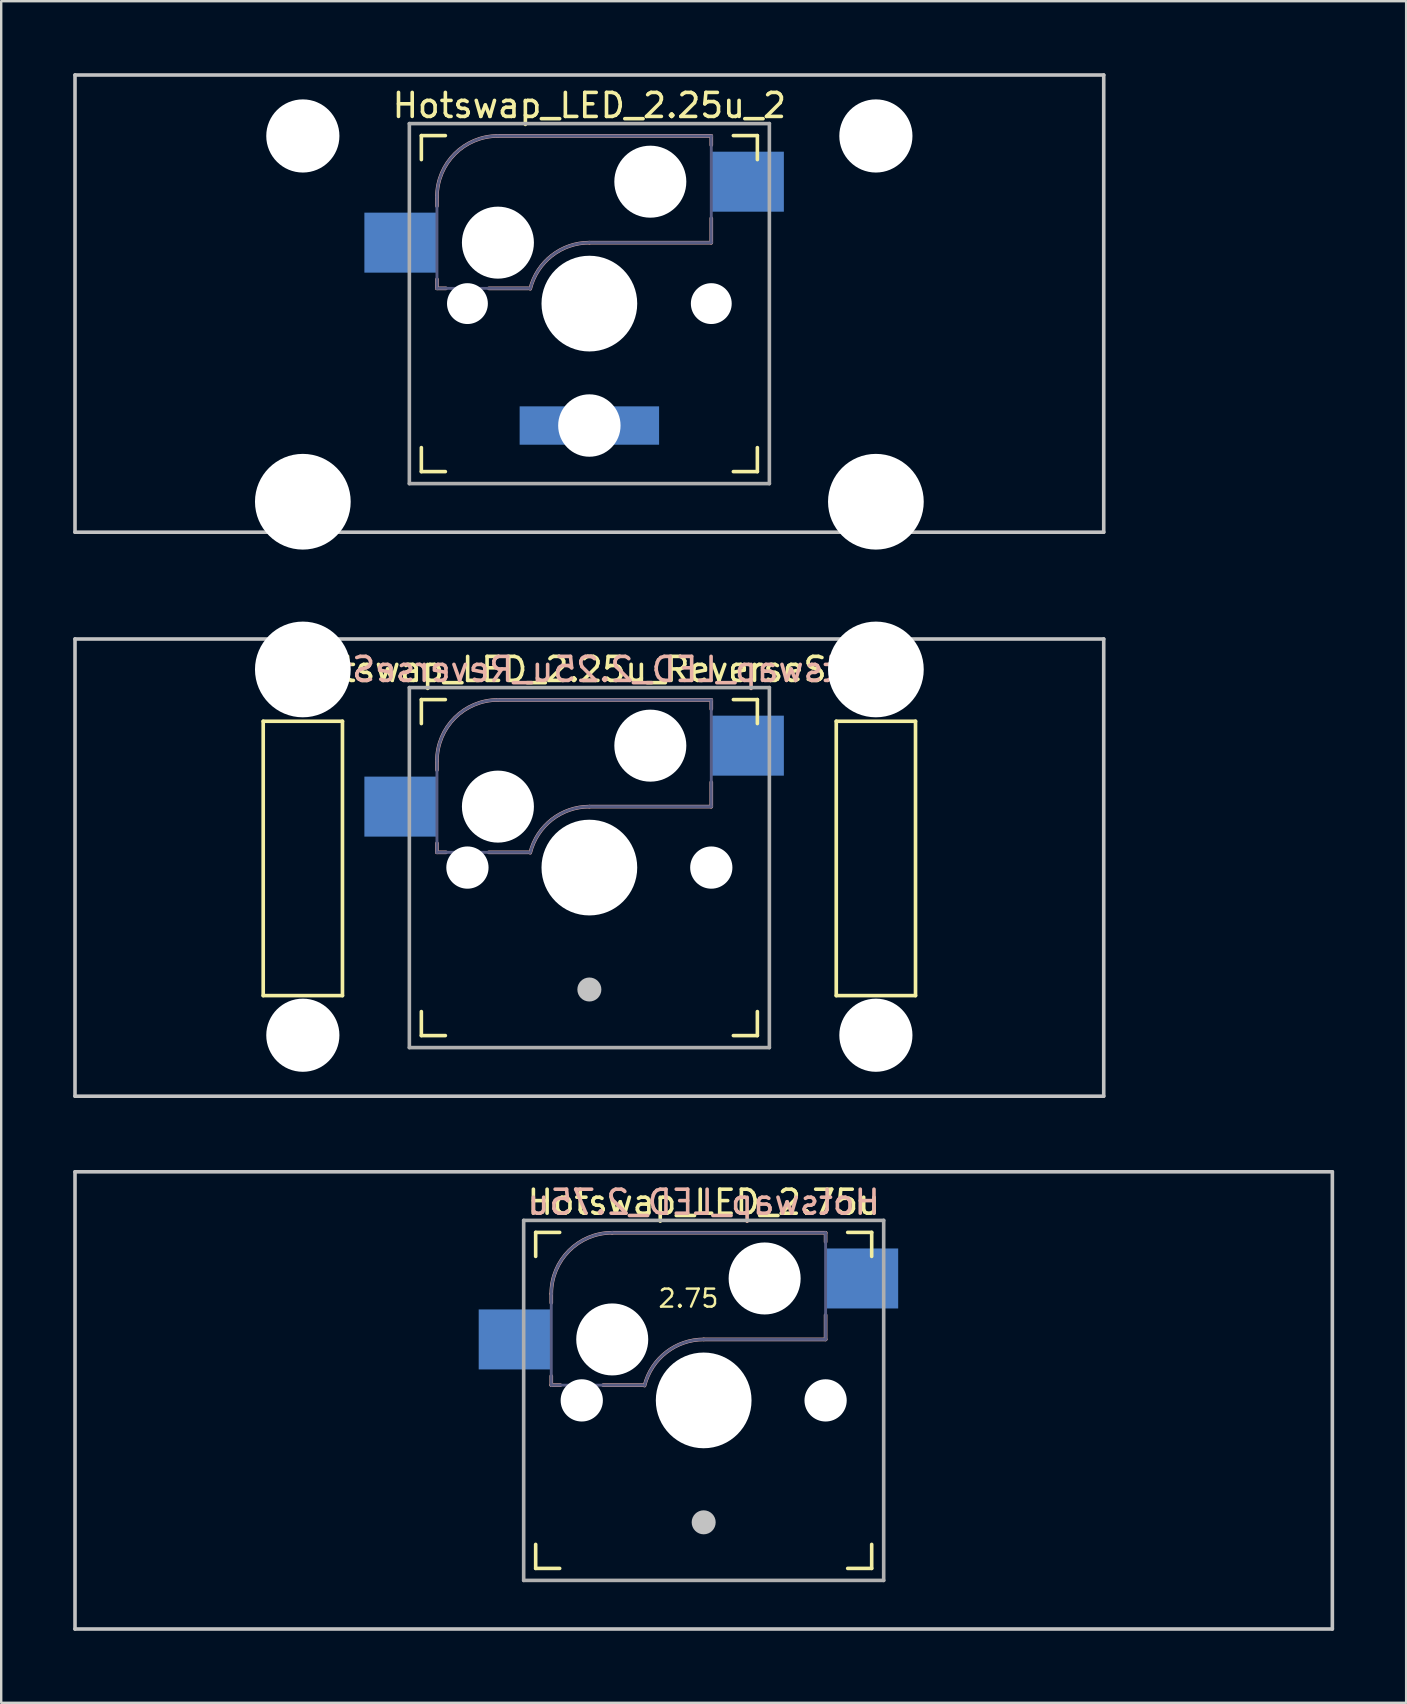
<source format=kicad_pcb>
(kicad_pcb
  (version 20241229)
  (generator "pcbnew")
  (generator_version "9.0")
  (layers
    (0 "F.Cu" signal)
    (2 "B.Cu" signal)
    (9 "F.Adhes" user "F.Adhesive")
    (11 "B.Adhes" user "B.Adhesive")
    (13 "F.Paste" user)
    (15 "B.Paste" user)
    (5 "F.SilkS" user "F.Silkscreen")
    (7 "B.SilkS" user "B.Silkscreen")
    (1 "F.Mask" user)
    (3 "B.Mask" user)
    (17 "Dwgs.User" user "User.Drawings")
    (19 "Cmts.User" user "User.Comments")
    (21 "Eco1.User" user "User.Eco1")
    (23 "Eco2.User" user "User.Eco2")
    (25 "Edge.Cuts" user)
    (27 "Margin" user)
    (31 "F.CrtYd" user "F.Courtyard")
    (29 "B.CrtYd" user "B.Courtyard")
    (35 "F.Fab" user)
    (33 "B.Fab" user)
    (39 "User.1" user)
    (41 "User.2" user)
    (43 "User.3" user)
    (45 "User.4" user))
  (footprint "Hotswap_LED_2.25u_ReverseStab"
    (layer "F.Cu")
    (at 21.506 33.098)
    (property "Reference" "Hotswap_LED_2.25u_ReverseStab" (at 0 -8.255 0) (layer "F.SilkS") (effects (font (size 1 1) (thickness 0.15))))
    (attr through_hole)
    (fp_line (start -13.589 -6.096) (end -13.589 5.334) (stroke (width 0.152) (type solid)) (layer "F.SilkS"))
    (fp_line (start -13.589 5.334) (end -10.287 5.334) (stroke (width 0.152) (type solid)) (layer "F.SilkS"))
    (fp_line (start -10.287 -6.096) (end -13.589 -6.096) (stroke (width 0.152) (type solid)) (layer "F.SilkS"))
    (fp_line (start -10.287 5.334) (end -10.287 -6.096) (stroke (width 0.152) (type solid)) (layer "F.SilkS"))
    (fp_line (start -7 -6) (end -7 -7) (stroke (width 0.15) (type solid)) (layer "F.SilkS"))
    (fp_line (start -7 7) (end -7 6) (stroke (width 0.15) (type solid)) (layer "F.SilkS"))
    (fp_line (start -7 7) (end -6 7) (stroke (width 0.15) (type solid)) (layer "F.SilkS"))
    (fp_line (start -6 -7) (end -7 -7) (stroke (width 0.15) (type solid)) (layer "F.SilkS"))
    (fp_line (start 6 7) (end 7 7) (stroke (width 0.15) (type solid)) (layer "F.SilkS"))
    (fp_line (start 7 -7) (end 6 -7) (stroke (width 0.15) (type solid)) (layer "F.SilkS"))
    (fp_line (start 7 -7) (end 7 -6) (stroke (width 0.15) (type solid)) (layer "F.SilkS"))
    (fp_line (start 7 6) (end 7 7) (stroke (width 0.15) (type solid)) (layer "F.SilkS"))
    (fp_line (start 10.287 -6.096) (end 10.287 5.334) (stroke (width 0.152) (type solid)) (layer "F.SilkS"))
    (fp_line (start 10.287 5.334) (end 13.589 5.334) (stroke (width 0.152) (type solid)) (layer "F.SilkS"))
    (fp_line (start 13.589 -6.096) (end 10.287 -6.096) (stroke (width 0.152) (type solid)) (layer "F.SilkS"))
    (fp_line (start 13.589 5.334) (end 13.589 -6.096) (stroke (width 0.152) (type solid)) (layer "F.SilkS"))
    (fp_line (start -6.35 -4.445) (end -6.35 -4.064) (stroke (width 0.15) (type solid)) (layer "B.SilkS"))
    (fp_line (start -6.35 -1.016) (end -6.35 -0.635) (stroke (width 0.15) (type solid)) (layer "B.SilkS"))
    (fp_line (start -6.35 -0.635) (end -5.969 -0.635) (stroke (width 0.15) (type solid)) (layer "B.SilkS"))
    (fp_line (start -4.191 -0.635) (end -2.54 -0.635) (stroke (width 0.15) (type solid)) (layer "B.SilkS"))
    (fp_line (start 0 -2.54) (end 5.08 -2.54) (stroke (width 0.15) (type solid)) (layer "B.SilkS"))
    (fp_line (start 5.08 -6.985) (end -3.81 -6.985) (stroke (width 0.15) (type solid)) (layer "B.SilkS"))
    (fp_line (start 5.08 -6.604) (end 5.08 -6.985) (stroke (width 0.15) (type solid)) (layer "B.SilkS"))
    (fp_line (start 5.08 -2.54) (end 5.08 -3.556) (stroke (width 0.15) (type solid)) (layer "B.SilkS"))
    (fp_arc (start -6.35 -4.445) (mid -5.606051 -6.241051) (end -3.81 -6.985) (stroke (width 0.15) (type solid)) (layer "B.SilkS"))
    (fp_arc (start -2.464162 -0.61604) (mid -1.563147 -2.002042) (end 0 -2.54) (stroke (width 0.15) (type solid)) (layer "B.SilkS"))
    (fp_line (start -21.431 -9.525) (end 21.431 -9.525) (stroke (width 0.15) (type solid)) (layer "Dwgs.User"))
    (fp_line (start -21.431 9.525) (end -21.431 -9.525) (stroke (width 0.15) (type solid)) (layer "Dwgs.User"))
    (fp_line (start 21.431 -9.525) (end 21.431 9.525) (stroke (width 0.15) (type solid)) (layer "Dwgs.User"))
    (fp_line (start 21.431 9.525) (end -21.431 9.525) (stroke (width 0.15) (type solid)) (layer "Dwgs.User"))
    (fp_line (start -6.9 6.9) (end -6.9 -6.9) (stroke (width 0.15) (type solid)) (layer "Eco2.User"))
    (fp_line (start -6.9 6.9) (end 6.9 6.9) (stroke (width 0.15) (type solid)) (layer "Eco2.User"))
    (fp_line (start 6.9 -6.9) (end -6.9 -6.9) (stroke (width 0.15) (type solid)) (layer "Eco2.User"))
    (fp_line (start 6.9 -6.9) (end 6.9 6.9) (stroke (width 0.15) (type solid)) (layer "Eco2.User"))
    (fp_line (start -6.35 -4.445) (end -6.35 -0.635) (stroke (width 0.12) (type solid)) (layer "B.Fab"))
    (fp_line (start -6.35 -0.635) (end -2.54 -0.635) (stroke (width 0.12) (type solid)) (layer "B.Fab"))
    (fp_line (start 0 -2.54) (end 5.08 -2.54) (stroke (width 0.12) (type solid)) (layer "B.Fab"))
    (fp_line (start 5.08 -6.985) (end -3.81 -6.985) (stroke (width 0.12) (type solid)) (layer "B.Fab"))
    (fp_line (start 5.08 -2.54) (end 5.08 -6.985) (stroke (width 0.12) (type solid)) (layer "B.Fab"))
    (fp_arc (start -6.35 -4.445) (mid -5.606051 -6.241051) (end -3.81 -6.985) (stroke (width 0.12) (type solid)) (layer "B.Fab"))
    (fp_arc (start -2.464162 -0.61604) (mid -1.563147 -2.002042) (end 0 -2.54) (stroke (width 0.12) (type solid)) (layer "B.Fab"))
    (fp_line (start -7.5 -7.5) (end 7.5 -7.5) (stroke (width 0.15) (type solid)) (layer "F.Fab"))
    (fp_line (start -7.5 7.5) (end -7.5 -7.5) (stroke (width 0.15) (type solid)) (layer "F.Fab"))
    (fp_line (start 7.5 -7.5) (end 7.5 7.5) (stroke (width 0.15) (type solid)) (layer "F.Fab"))
    (fp_line (start 7.5 7.5) (end -7.5 7.5) (stroke (width 0.15) (type solid)) (layer "F.Fab"))
    (fp_text user "${REFERENCE}" (at 0 -8.255 0) (layer "B.SilkS") (effects (font (size 1 1) (thickness 0.15)) (justify mirror)))
    (pad "" np_thru_hole circle (at -11.938 -8.255 180) (size 3.988 3.988) (drill 3.988) (layers "*.Cu" "*.Mask"))
    (pad "" np_thru_hole circle (at -11.938 6.985 180) (size 3.048 3.048) (drill 3.048) (layers "*.Cu" "*.Mask"))
    (pad "" np_thru_hole circle (at -5.08 0 180) (size 1.76 1.76) (drill 1.76) (layers "*.Cu" "*.Mask"))
    (pad "" np_thru_hole circle (at -3.81 -2.54 180) (size 3 3) (drill 3) (layers "*.Cu" "*.Mask"))
    (pad "" np_thru_hole circle (at 0 0 180) (size 3.988 3.988) (drill 3.988) (layers "*.Cu" "*.Mask"))
    (pad "" smd circle (at 0 5.08 180) (size 1 1) (layers "Dwgs.User"))
    (pad "" np_thru_hole circle (at 2.54 -5.08 180) (size 3 3) (drill 3) (layers "*.Cu" "*.Mask"))
    (pad "" np_thru_hole circle (at 5.08 0 180) (size 1.76 1.76) (drill 1.76) (layers "*.Cu" "*.Mask"))
    (pad "" np_thru_hole circle (at 11.938 -8.255 180) (size 3.988 3.988) (drill 3.988) (layers "*.Cu" "*.Mask"))
    (pad "" np_thru_hole circle (at 11.938 6.985 180) (size 3.048 3.048) (drill 3.048) (layers "*.Cu" "*.Mask"))
    (pad "1" smd rect (at -7.874 -2.54 180) (size 3 2.5) (layers "B.Cu" "B.Mask" "B.Paste"))
    (pad "2" smd rect (at 6.604 -5.08 180) (size 3 2.5) (layers "B.Cu" "B.Mask" "B.Paste")))
  (footprint "Hotswap_LED_2.25u_2"
    (layer "F.Cu")
    (at 21.506 9.6)
    (property "Reference" "Hotswap_LED_2.25u_2" (at 0 -8.255 0) (layer "F.SilkS") (effects (font (size 1 1) (thickness 0.15))))
    (attr through_hole)
    (fp_line (start -7 -6) (end -7 -7) (stroke (width 0.15) (type solid)) (layer "F.SilkS"))
    (fp_line (start -7 7) (end -7 6) (stroke (width 0.15) (type solid)) (layer "F.SilkS"))
    (fp_line (start -7 7) (end -6 7) (stroke (width 0.15) (type solid)) (layer "F.SilkS"))
    (fp_line (start -6 -7) (end -7 -7) (stroke (width 0.15) (type solid)) (layer "F.SilkS"))
    (fp_line (start 6 7) (end 7 7) (stroke (width 0.15) (type solid)) (layer "F.SilkS"))
    (fp_line (start 7 -7) (end 6 -7) (stroke (width 0.15) (type solid)) (layer "F.SilkS"))
    (fp_line (start 7 -7) (end 7 -6) (stroke (width 0.15) (type solid)) (layer "F.SilkS"))
    (fp_line (start 7 6) (end 7 7) (stroke (width 0.15) (type solid)) (layer "F.SilkS"))
    (fp_line (start -6.35 -4.445) (end -6.35 -4.064) (stroke (width 0.15) (type solid)) (layer "B.SilkS"))
    (fp_line (start -6.35 -1.016) (end -6.35 -0.635) (stroke (width 0.15) (type solid)) (layer "B.SilkS"))
    (fp_line (start -6.35 -0.635) (end -5.969 -0.635) (stroke (width 0.15) (type solid)) (layer "B.SilkS"))
    (fp_line (start -4.191 -0.635) (end -2.54 -0.635) (stroke (width 0.15) (type solid)) (layer "B.SilkS"))
    (fp_line (start 0 -2.54) (end 5.08 -2.54) (stroke (width 0.15) (type solid)) (layer "B.SilkS"))
    (fp_line (start 5.08 -6.985) (end -3.81 -6.985) (stroke (width 0.15) (type solid)) (layer "B.SilkS"))
    (fp_line (start 5.08 -6.604) (end 5.08 -6.985) (stroke (width 0.15) (type solid)) (layer "B.SilkS"))
    (fp_line (start 5.08 -2.54) (end 5.08 -3.556) (stroke (width 0.15) (type solid)) (layer "B.SilkS"))
    (fp_arc (start -6.35 -4.445) (mid -5.606051 -6.241051) (end -3.81 -6.985) (stroke (width 0.15) (type solid)) (layer "B.SilkS"))
    (fp_arc (start -2.464162 -0.61604) (mid -1.563147 -2.002042) (end 0 -2.54) (stroke (width 0.15) (type solid)) (layer "B.SilkS"))
    (fp_line (start -21.431 -9.525) (end 21.431 -9.525) (stroke (width 0.15) (type solid)) (layer "Dwgs.User"))
    (fp_line (start -21.431 9.525) (end -21.431 -9.525) (stroke (width 0.15) (type solid)) (layer "Dwgs.User"))
    (fp_line (start -21.431 9.525) (end 21.431 9.525) (stroke (width 0.15) (type solid)) (layer "Dwgs.User"))
    (fp_line (start 21.431 -9.525) (end 21.431 9.525) (stroke (width 0.15) (type solid)) (layer "Dwgs.User"))
    (fp_line (start -13.589 -5.334) (end -13.589 6.096) (stroke (width 0.152) (type solid)) (layer "Eco2.User"))
    (fp_line (start -13.589 6.096) (end -10.287 6.096) (stroke (width 0.152) (type solid)) (layer "Eco2.User"))
    (fp_line (start -10.287 -5.334) (end -13.589 -5.334) (stroke (width 0.152) (type solid)) (layer "Eco2.User"))
    (fp_line (start -10.287 6.096) (end -10.287 -5.334) (stroke (width 0.152) (type solid)) (layer "Eco2.User"))
    (fp_line (start -6.9 6.9) (end -6.9 -6.9) (stroke (width 0.15) (type solid)) (layer "Eco2.User"))
    (fp_line (start -6.9 6.9) (end 6.9 6.9) (stroke (width 0.15) (type solid)) (layer "Eco2.User"))
    (fp_line (start 6.9 -6.9) (end -6.9 -6.9) (stroke (width 0.15) (type solid)) (layer "Eco2.User"))
    (fp_line (start 6.9 -6.9) (end 6.9 6.9) (stroke (width 0.15) (type solid)) (layer "Eco2.User"))
    (fp_line (start 10.287 -5.334) (end 10.287 6.096) (stroke (width 0.152) (type solid)) (layer "Eco2.User"))
    (fp_line (start 10.287 6.096) (end 13.589 6.096) (stroke (width 0.152) (type solid)) (layer "Eco2.User"))
    (fp_line (start 13.589 -5.334) (end 10.287 -5.334) (stroke (width 0.152) (type solid)) (layer "Eco2.User"))
    (fp_line (start 13.589 6.096) (end 13.589 -5.334) (stroke (width 0.152) (type solid)) (layer "Eco2.User"))
    (fp_line (start -6.35 -4.445) (end -6.35 -0.635) (stroke (width 0.12) (type solid)) (layer "B.Fab"))
    (fp_line (start -6.35 -0.635) (end -2.54 -0.635) (stroke (width 0.12) (type solid)) (layer "B.Fab"))
    (fp_line (start 0 -2.54) (end 5.08 -2.54) (stroke (width 0.12) (type solid)) (layer "B.Fab"))
    (fp_line (start 5.08 -6.985) (end -3.81 -6.985) (stroke (width 0.12) (type solid)) (layer "B.Fab"))
    (fp_line (start 5.08 -2.54) (end 5.08 -6.985) (stroke (width 0.12) (type solid)) (layer "B.Fab"))
    (fp_arc (start -6.35 -4.445) (mid -5.606051 -6.241051) (end -3.81 -6.985) (stroke (width 0.12) (type solid)) (layer "B.Fab"))
    (fp_arc (start -2.464162 -0.61604) (mid -1.563147 -2.002042) (end 0 -2.54) (stroke (width 0.12) (type solid)) (layer "B.Fab"))
    (fp_line (start -7.5 -7.5) (end 7.5 -7.5) (stroke (width 0.15) (type solid)) (layer "F.Fab"))
    (fp_line (start -7.5 7.5) (end -7.5 -7.5) (stroke (width 0.15) (type solid)) (layer "F.Fab"))
    (fp_line (start 7.5 -7.5) (end 7.5 7.5) (stroke (width 0.15) (type solid)) (layer "F.Fab"))
    (fp_line (start 7.5 7.5) (end -7.5 7.5) (stroke (width 0.15) (type solid)) (layer "F.Fab"))
    (pad "" np_thru_hole circle (at -11.938 -6.985) (size 3.048 3.048) (drill 3.048) (layers "*.Cu" "*.Mask"))
    (pad "" np_thru_hole circle (at -11.938 8.255) (size 3.988 3.988) (drill 3.988) (layers "*.Cu" "*.Mask"))
    (pad "" np_thru_hole circle (at -5.08 0 180) (size 1.702 1.702) (drill 1.702) (layers "*.Cu" "*.Mask"))
    (pad "" np_thru_hole circle (at -3.81 -2.54 180) (size 3 3) (drill 3) (layers "*.Cu" "*.Mask"))
    (pad "" np_thru_hole circle (at 0 0 180) (size 3.988 3.988) (drill 3.988) (layers "*.Cu" "*.Mask"))
    (pad "" np_thru_hole circle (at 0 5.08 180) (size 2.6 2.6) (drill 2.6) (layers "*.Cu" "*.Mask"))
    (pad "" np_thru_hole circle (at 2.54 -5.08 180) (size 3 3) (drill 3) (layers "*.Cu" "*.Mask"))
    (pad "" np_thru_hole circle (at 5.08 0 180) (size 1.702 1.702) (drill 1.702) (layers "*.Cu" "*.Mask"))
    (pad "" np_thru_hole circle (at 11.938 -6.985) (size 3.048 3.048) (drill 3.048) (layers "*.Cu" "*.Mask"))
    (pad "" np_thru_hole circle (at 11.938 8.255) (size 3.988 3.988) (drill 3.988) (layers "*.Cu" "*.Mask"))
    (pad "1" smd rect (at -7.874 -2.54 180) (size 3 2.5) (layers "B.Cu" "B.Mask"))
    (pad "2" smd rect (at 6.604 -5.08 180) (size 3 2.5) (layers "B.Cu" "B.Mask"))
    (pad "A" smd rect (at -1.905 5.08 180) (size 2 1.598) (layers "B.Cu" "B.Mask"))
    (pad "K" smd rect (at 1.905 5.08 180) (size 2 1.598) (layers "B.Cu" "B.Mask")))
  (footprint "Hotswap_LED_2.75u"
    (layer "F.Cu")
    (at 26.269 55.298)
    (property "Reference" "Hotswap_LED_2.75u" (at 0 -8.255 0) (layer "F.SilkS") (effects (font (size 1 1) (thickness 0.15))))
    (attr through_hole)
    (fp_line (start -7 -6) (end -7 -7) (stroke (width 0.15) (type solid)) (layer "F.SilkS"))
    (fp_line (start -7 7) (end -7 6) (stroke (width 0.15) (type solid)) (layer "F.SilkS"))
    (fp_line (start -7 7) (end -6 7) (stroke (width 0.15) (type solid)) (layer "F.SilkS"))
    (fp_line (start -6 -7) (end -7 -7) (stroke (width 0.15) (type solid)) (layer "F.SilkS"))
    (fp_line (start 6 7) (end 7 7) (stroke (width 0.15) (type solid)) (layer "F.SilkS"))
    (fp_line (start 7 -7) (end 6 -7) (stroke (width 0.15) (type solid)) (layer "F.SilkS"))
    (fp_line (start 7 -7) (end 7 -6) (stroke (width 0.15) (type solid)) (layer "F.SilkS"))
    (fp_line (start 7 6) (end 7 7) (stroke (width 0.15) (type solid)) (layer "F.SilkS"))
    (fp_line (start -6.35 -4.445) (end -6.35 -4.064) (stroke (width 0.15) (type solid)) (layer "B.SilkS"))
    (fp_line (start -6.35 -1.016) (end -6.35 -0.635) (stroke (width 0.15) (type solid)) (layer "B.SilkS"))
    (fp_line (start -6.35 -0.635) (end -5.969 -0.635) (stroke (width 0.15) (type solid)) (layer "B.SilkS"))
    (fp_line (start -4.191 -0.635) (end -2.54 -0.635) (stroke (width 0.15) (type solid)) (layer "B.SilkS"))
    (fp_line (start 0 -2.54) (end 5.08 -2.54) (stroke (width 0.15) (type solid)) (layer "B.SilkS"))
    (fp_line (start 5.08 -6.985) (end -3.81 -6.985) (stroke (width 0.15) (type solid)) (layer "B.SilkS"))
    (fp_line (start 5.08 -6.604) (end 5.08 -6.985) (stroke (width 0.15) (type solid)) (layer "B.SilkS"))
    (fp_line (start 5.08 -2.54) (end 5.08 -3.556) (stroke (width 0.15) (type solid)) (layer "B.SilkS"))
    (fp_arc (start -6.35 -4.445) (mid -5.606051 -6.241051) (end -3.81 -6.985) (stroke (width 0.15) (type solid)) (layer "B.SilkS"))
    (fp_arc (start -2.464162 -0.61604) (mid -1.563147 -2.002042) (end 0 -2.54) (stroke (width 0.15) (type solid)) (layer "B.SilkS"))
    (fp_line (start -26.194 -9.525) (end 26.194 -9.525) (stroke (width 0.15) (type solid)) (layer "Dwgs.User"))
    (fp_line (start -26.194 9.525) (end -26.194 -9.525) (stroke (width 0.15) (type solid)) (layer "Dwgs.User"))
    (fp_line (start -26.194 9.525) (end 26.194 9.525) (stroke (width 0.15) (type solid)) (layer "Dwgs.User"))
    (fp_line (start 26.194 -9.525) (end 26.194 9.525) (stroke (width 0.15) (type solid)) (layer "Dwgs.User"))
    (fp_line (start -6.9 6.9) (end -6.9 -6.9) (stroke (width 0.15) (type solid)) (layer "Eco2.User"))
    (fp_line (start -6.9 6.9) (end 6.9 6.9) (stroke (width 0.15) (type solid)) (layer "Eco2.User"))
    (fp_line (start 6.9 -6.9) (end -6.9 -6.9) (stroke (width 0.15) (type solid)) (layer "Eco2.User"))
    (fp_line (start 6.9 -6.9) (end 6.9 6.9) (stroke (width 0.15) (type solid)) (layer "Eco2.User"))
    (fp_line (start -6.35 -4.445) (end -6.35 -0.635) (stroke (width 0.12) (type solid)) (layer "B.Fab"))
    (fp_line (start -6.35 -0.635) (end -2.54 -0.635) (stroke (width 0.12) (type solid)) (layer "B.Fab"))
    (fp_line (start 0 -2.54) (end 5.08 -2.54) (stroke (width 0.12) (type solid)) (layer "B.Fab"))
    (fp_line (start 5.08 -6.985) (end -3.81 -6.985) (stroke (width 0.12) (type solid)) (layer "B.Fab"))
    (fp_line (start 5.08 -2.54) (end 5.08 -6.985) (stroke (width 0.12) (type solid)) (layer "B.Fab"))
    (fp_arc (start -6.35 -4.445) (mid -5.606051 -6.241051) (end -3.81 -6.985) (stroke (width 0.12) (type solid)) (layer "B.Fab"))
    (fp_arc (start -2.464162 -0.61604) (mid -1.563147 -2.002042) (end 0 -2.54) (stroke (width 0.12) (type solid)) (layer "B.Fab"))
    (fp_line (start -7.5 -7.5) (end 7.5 -7.5) (stroke (width 0.15) (type solid)) (layer "F.Fab"))
    (fp_line (start -7.5 7.5) (end -7.5 -7.5) (stroke (width 0.15) (type solid)) (layer "F.Fab"))
    (fp_line (start 7.5 -7.5) (end 7.5 7.5) (stroke (width 0.15) (type solid)) (layer "F.Fab"))
    (fp_line (start 7.5 7.5) (end -7.5 7.5) (stroke (width 0.15) (type solid)) (layer "F.Fab"))
    (fp_text user "2.75" (at -0.635 -3.81 0) (unlocked yes) (layer "F.SilkS") (effects (font (size 0.75 0.75) (thickness 0.1)) (justify bottom)))
    (fp_text user "${REFERENCE}" (at 0 -8.255 0) (layer "B.SilkS") (effects (font (size 1 1) (thickness 0.15)) (justify mirror)))
    (pad "" np_thru_hole circle (at -5.08 0 180) (size 1.76 1.76) (drill 1.76) (layers "*.Cu" "*.Mask"))
    (pad "" np_thru_hole circle (at -3.81 -2.54 180) (size 3 3) (drill 3) (layers "*.Cu" "*.Mask"))
    (pad "" np_thru_hole circle (at 0 0 180) (size 3.988 3.988) (drill 3.988) (layers "*.Cu" "*.Mask"))
    (pad "" smd circle (at 0 5.08 180) (size 1 1) (layers "Dwgs.User"))
    (pad "" np_thru_hole circle (at 2.54 -5.08 180) (size 3 3) (drill 3) (layers "*.Cu" "*.Mask"))
    (pad "" np_thru_hole circle (at 5.08 0 180) (size 1.76 1.76) (drill 1.76) (layers "*.Cu" "*.Mask"))
    (pad "1" smd rect (at -7.874 -2.54 180) (size 3 2.5) (layers "B.Cu" "B.Mask" "B.Paste"))
    (pad "2" smd rect (at 6.604 -5.08 180) (size 3 2.5) (layers "B.Cu" "B.Mask" "B.Paste")))
  (gr_rect
    (start -3 -3)
    (end 55.538 67.898)
    (stroke (width 0.1) (type default))
    (fill no)
    (layer "Edge.Cuts")))
</source>
